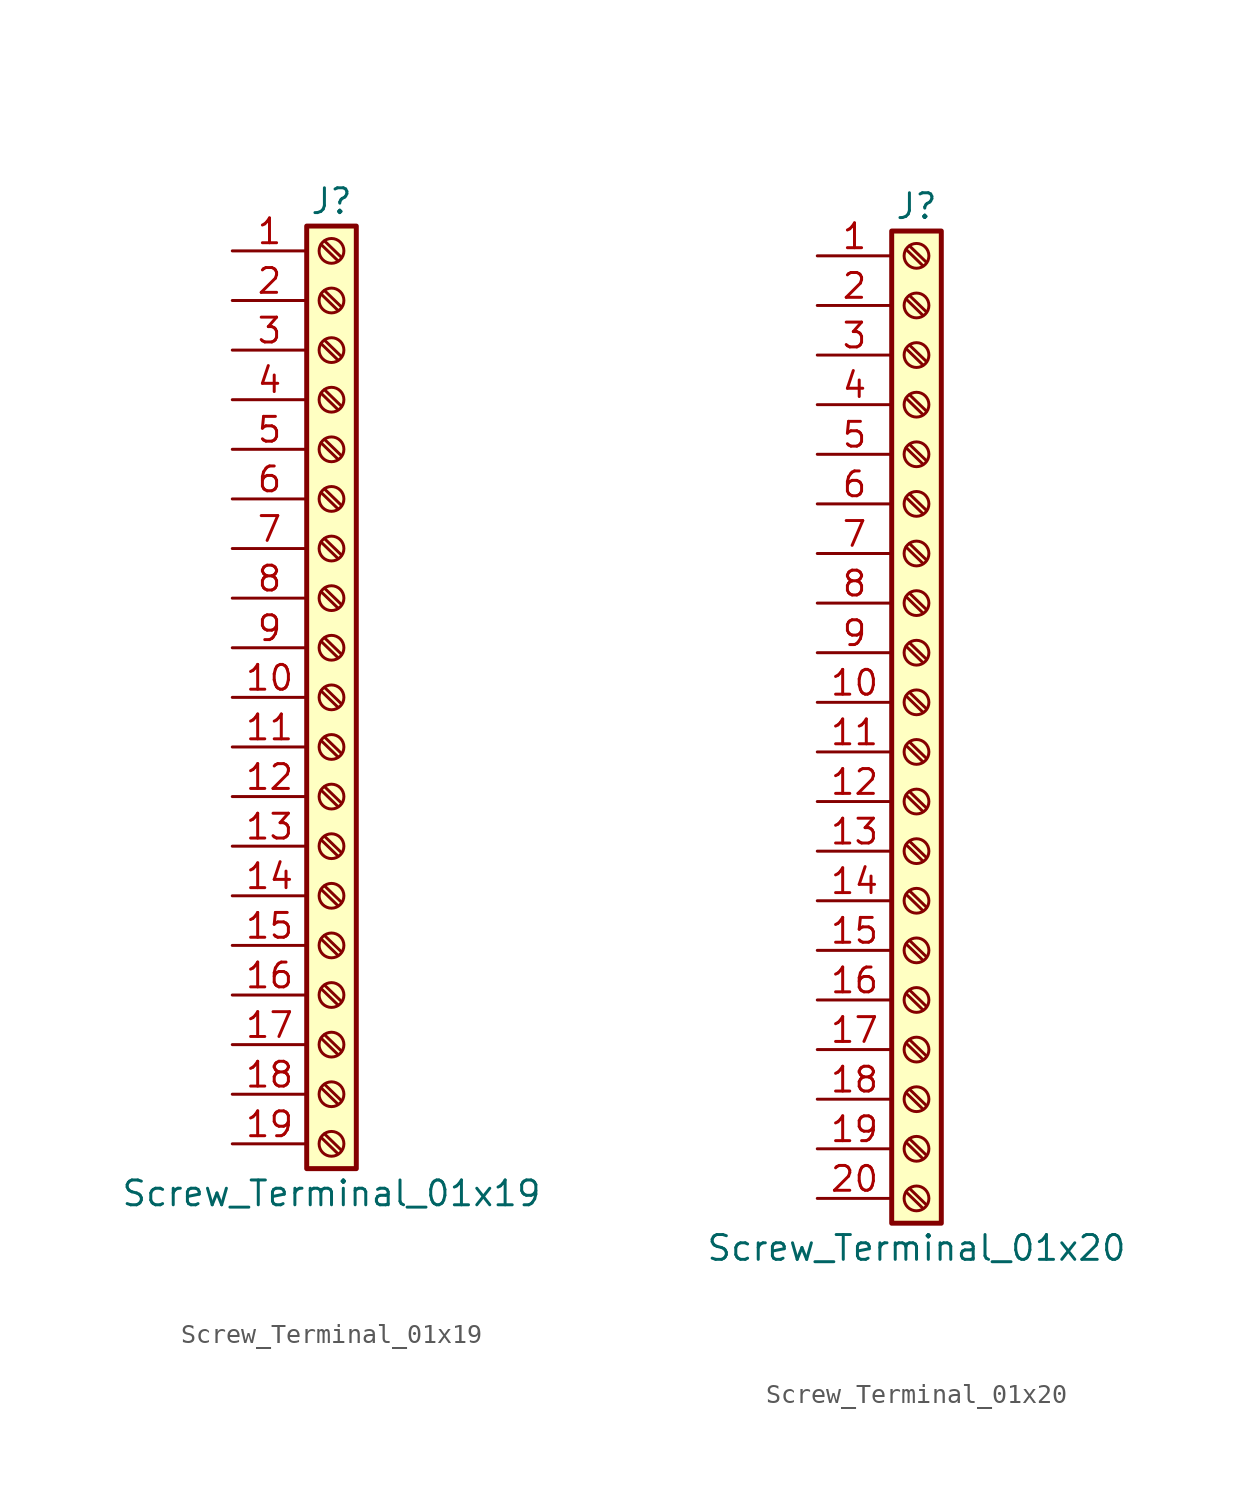
<source format=kicad_sym>
(kicad_symbol_lib
  (version 20201005)
  (generator kicad_symbol_editor)
  (symbol "Screw_Terminal_01x19"
    (pin_names
      (offset 1.016) hide)
    (property "Reference" "J"
      (at 0 25.4 0)
      (effects (font (size 1.27 1.27))))
    (property "Value" "Screw_Terminal_01x19"
      (at 0 -25.4 0)
      (effects (font (size 1.27 1.27))))
    (symbol "Screw_Terminal_01x19_1_1"
      (circle (center 0 -22.86) (radius 0.635) (stroke (width 0.152)) (fill (type none)))
      (circle (center 0 -20.32) (radius 0.635) (stroke (width 0.152)) (fill (type none)))
      (circle (center 0 -17.78) (radius 0.635) (stroke (width 0.152)) (fill (type none)))
      (circle (center 0 -15.24) (radius 0.635) (stroke (width 0.152)) (fill (type none)))
      (circle (center 0 -12.7) (radius 0.635) (stroke (width 0.152)) (fill (type none)))
      (circle (center 0 -10.16) (radius 0.635) (stroke (width 0.152)) (fill (type none)))
      (circle (center 0 -7.62) (radius 0.635) (stroke (width 0.152)) (fill (type none)))
      (circle (center 0 -5.08) (radius 0.635) (stroke (width 0.152)) (fill (type none)))
      (circle (center 0 -2.54) (radius 0.635) (stroke (width 0.152)) (fill (type none)))
      (circle (center 0 0) (radius 0.635) (stroke (width 0.152)) (fill (type none)))
      (circle (center 0 2.54) (radius 0.635) (stroke (width 0.152)) (fill (type none)))
      (circle (center 0 5.08) (radius 0.635) (stroke (width 0.152)) (fill (type none)))
      (circle (center 0 7.62) (radius 0.635) (stroke (width 0.152)) (fill (type none)))
      (circle (center 0 10.16) (radius 0.635) (stroke (width 0.152)) (fill (type none)))
      (circle (center 0 12.7) (radius 0.635) (stroke (width 0.152)) (fill (type none)))
      (circle (center 0 15.24) (radius 0.635) (stroke (width 0.152)) (fill (type none)))
      (circle (center 0 17.78) (radius 0.635) (stroke (width 0.152)) (fill (type none)))
      (circle (center 0 20.32) (radius 0.635) (stroke (width 0.152)) (fill (type none)))
      (circle (center 0 22.86) (radius 0.635) (stroke (width 0.152)) (fill (type none)))
      (rectangle (start -1.27 24.13) (end 1.27 -24.13) (stroke (width 0.254)) (fill (type background)))
      (polyline (pts (xy -0.533 -22.53) (xy 0.33 -23.368)) (stroke (width 0.152)) (fill (type none)))
      (polyline (pts (xy -0.533 -19.99) (xy 0.33 -20.828)) (stroke (width 0.152)) (fill (type none)))
      (polyline (pts (xy -0.533 -17.45) (xy 0.33 -18.288)) (stroke (width 0.152)) (fill (type none)))
      (polyline (pts (xy -0.533 -14.91) (xy 0.33 -15.748)) (stroke (width 0.152)) (fill (type none)))
      (polyline (pts (xy -0.533 -12.37) (xy 0.33 -13.208)) (stroke (width 0.152)) (fill (type none)))
      (polyline (pts (xy -0.533 -9.83) (xy 0.33 -10.668)) (stroke (width 0.152)) (fill (type none)))
      (polyline (pts (xy -0.533 -7.29) (xy 0.33 -8.128)) (stroke (width 0.152)) (fill (type none)))
      (polyline (pts (xy -0.533 -4.75) (xy 0.33 -5.588)) (stroke (width 0.152)) (fill (type none)))
      (polyline (pts (xy -0.533 -2.21) (xy 0.33 -3.048)) (stroke (width 0.152)) (fill (type none)))
      (polyline (pts (xy -0.533 0.33) (xy 0.33 -0.508)) (stroke (width 0.152)) (fill (type none)))
      (polyline (pts (xy -0.533 2.87) (xy 0.33 2.032)) (stroke (width 0.152)) (fill (type none)))
      (polyline (pts (xy -0.533 5.41) (xy 0.33 4.572)) (stroke (width 0.152)) (fill (type none)))
      (polyline (pts (xy -0.533 7.95) (xy 0.33 7.112)) (stroke (width 0.152)) (fill (type none)))
      (polyline (pts (xy -0.533 10.49) (xy 0.33 9.652)) (stroke (width 0.152)) (fill (type none)))
      (polyline (pts (xy -0.533 13.03) (xy 0.33 12.192)) (stroke (width 0.152)) (fill (type none)))
      (polyline (pts (xy -0.533 15.57) (xy 0.33 14.732)) (stroke (width 0.152)) (fill (type none)))
      (polyline (pts (xy -0.533 18.11) (xy 0.33 17.272)) (stroke (width 0.152)) (fill (type none)))
      (polyline (pts (xy -0.533 20.65) (xy 0.33 19.812)) (stroke (width 0.152)) (fill (type none)))
      (polyline (pts (xy -0.533 23.19) (xy 0.33 22.352)) (stroke (width 0.152)) (fill (type none)))
      (polyline (pts (xy -0.356 -22.352) (xy 0.508 -23.19)) (stroke (width 0.152)) (fill (type none)))
      (polyline (pts (xy -0.356 -19.812) (xy 0.508 -20.65)) (stroke (width 0.152)) (fill (type none)))
      (polyline (pts (xy -0.356 -17.272) (xy 0.508 -18.11)) (stroke (width 0.152)) (fill (type none)))
      (polyline (pts (xy -0.356 -14.732) (xy 0.508 -15.57)) (stroke (width 0.152)) (fill (type none)))
      (polyline (pts (xy -0.356 -12.192) (xy 0.508 -13.03)) (stroke (width 0.152)) (fill (type none)))
      (polyline (pts (xy -0.356 -9.652) (xy 0.508 -10.49)) (stroke (width 0.152)) (fill (type none)))
      (polyline (pts (xy -0.356 -7.112) (xy 0.508 -7.95)) (stroke (width 0.152)) (fill (type none)))
      (polyline (pts (xy -0.356 -4.572) (xy 0.508 -5.41)) (stroke (width 0.152)) (fill (type none)))
      (polyline (pts (xy -0.356 -2.032) (xy 0.508 -2.87)) (stroke (width 0.152)) (fill (type none)))
      (polyline (pts (xy -0.356 0.508) (xy 0.508 -0.33)) (stroke (width 0.152)) (fill (type none)))
      (polyline (pts (xy -0.356 3.048) (xy 0.508 2.21)) (stroke (width 0.152)) (fill (type none)))
      (polyline (pts (xy -0.356 5.588) (xy 0.508 4.75)) (stroke (width 0.152)) (fill (type none)))
      (polyline (pts (xy -0.356 8.128) (xy 0.508 7.29)) (stroke (width 0.152)) (fill (type none)))
      (polyline (pts (xy -0.356 10.668) (xy 0.508 9.83)) (stroke (width 0.152)) (fill (type none)))
      (polyline (pts (xy -0.356 13.208) (xy 0.508 12.37)) (stroke (width 0.152)) (fill (type none)))
      (polyline (pts (xy -0.356 15.748) (xy 0.508 14.91)) (stroke (width 0.152)) (fill (type none)))
      (polyline (pts (xy -0.356 18.288) (xy 0.508 17.45)) (stroke (width 0.152)) (fill (type none)))
      (polyline (pts (xy -0.356 20.828) (xy 0.508 19.99)) (stroke (width 0.152)) (fill (type none)))
      (polyline (pts (xy -0.356 23.368) (xy 0.508 22.53)) (stroke (width 0.152)) (fill (type none)))
      (pin passive line (at -5.08 22.86 0) (length 3.81) (name "Pin_1" (effects (font (size 1.27 1.27)))) (number "1" (effects (font (size 1.27 1.27)))))
      (pin passive line (at -5.08 0 0) (length 3.81) (name "Pin_10" (effects (font (size 1.27 1.27)))) (number "10" (effects (font (size 1.27 1.27)))))
      (pin passive line (at -5.08 -2.54 0) (length 3.81) (name "Pin_11" (effects (font (size 1.27 1.27)))) (number "11" (effects (font (size 1.27 1.27)))))
      (pin passive line (at -5.08 -5.08 0) (length 3.81) (name "Pin_12" (effects (font (size 1.27 1.27)))) (number "12" (effects (font (size 1.27 1.27)))))
      (pin passive line (at -5.08 -7.62 0) (length 3.81) (name "Pin_13" (effects (font (size 1.27 1.27)))) (number "13" (effects (font (size 1.27 1.27)))))
      (pin passive line (at -5.08 -10.16 0) (length 3.81) (name "Pin_14" (effects (font (size 1.27 1.27)))) (number "14" (effects (font (size 1.27 1.27)))))
      (pin passive line (at -5.08 -12.7 0) (length 3.81) (name "Pin_15" (effects (font (size 1.27 1.27)))) (number "15" (effects (font (size 1.27 1.27)))))
      (pin passive line (at -5.08 -15.24 0) (length 3.81) (name "Pin_16" (effects (font (size 1.27 1.27)))) (number "16" (effects (font (size 1.27 1.27)))))
      (pin passive line (at -5.08 -17.78 0) (length 3.81) (name "Pin_17" (effects (font (size 1.27 1.27)))) (number "17" (effects (font (size 1.27 1.27)))))
      (pin passive line (at -5.08 -20.32 0) (length 3.81) (name "Pin_18" (effects (font (size 1.27 1.27)))) (number "18" (effects (font (size 1.27 1.27)))))
      (pin passive line (at -5.08 -22.86 0) (length 3.81) (name "Pin_19" (effects (font (size 1.27 1.27)))) (number "19" (effects (font (size 1.27 1.27)))))
      (pin passive line (at -5.08 20.32 0) (length 3.81) (name "Pin_2" (effects (font (size 1.27 1.27)))) (number "2" (effects (font (size 1.27 1.27)))))
      (pin passive line (at -5.08 17.78 0) (length 3.81) (name "Pin_3" (effects (font (size 1.27 1.27)))) (number "3" (effects (font (size 1.27 1.27)))))
      (pin passive line (at -5.08 15.24 0) (length 3.81) (name "Pin_4" (effects (font (size 1.27 1.27)))) (number "4" (effects (font (size 1.27 1.27)))))
      (pin passive line (at -5.08 12.7 0) (length 3.81) (name "Pin_5" (effects (font (size 1.27 1.27)))) (number "5" (effects (font (size 1.27 1.27)))))
      (pin passive line (at -5.08 10.16 0) (length 3.81) (name "Pin_6" (effects (font (size 1.27 1.27)))) (number "6" (effects (font (size 1.27 1.27)))))
      (pin passive line (at -5.08 7.62 0) (length 3.81) (name "Pin_7" (effects (font (size 1.27 1.27)))) (number "7" (effects (font (size 1.27 1.27)))))
      (pin passive line (at -5.08 5.08 0) (length 3.81) (name "Pin_8" (effects (font (size 1.27 1.27)))) (number "8" (effects (font (size 1.27 1.27)))))
      (pin passive line (at -5.08 2.54 0) (length 3.81) (name "Pin_9" (effects (font (size 1.27 1.27)))) (number "9" (effects (font (size 1.27 1.27)))))))
  (symbol "Screw_Terminal_01x20"
    (pin_names
      (offset 1.016) hide)
    (property "Reference" "J"
      (at 0 25.4 0)
      (effects (font (size 1.27 1.27))))
    (property "Value" "Screw_Terminal_01x20"
      (at 0 -27.94 0)
      (effects (font (size 1.27 1.27))))
    (symbol "Screw_Terminal_01x20_1_1"
      (circle (center 0 -25.4) (radius 0.635) (stroke (width 0.152)) (fill (type none)))
      (circle (center 0 -22.86) (radius 0.635) (stroke (width 0.152)) (fill (type none)))
      (circle (center 0 -20.32) (radius 0.635) (stroke (width 0.152)) (fill (type none)))
      (circle (center 0 -17.78) (radius 0.635) (stroke (width 0.152)) (fill (type none)))
      (circle (center 0 -15.24) (radius 0.635) (stroke (width 0.152)) (fill (type none)))
      (circle (center 0 -12.7) (radius 0.635) (stroke (width 0.152)) (fill (type none)))
      (circle (center 0 -10.16) (radius 0.635) (stroke (width 0.152)) (fill (type none)))
      (circle (center 0 -7.62) (radius 0.635) (stroke (width 0.152)) (fill (type none)))
      (circle (center 0 -5.08) (radius 0.635) (stroke (width 0.152)) (fill (type none)))
      (circle (center 0 -2.54) (radius 0.635) (stroke (width 0.152)) (fill (type none)))
      (circle (center 0 0) (radius 0.635) (stroke (width 0.152)) (fill (type none)))
      (circle (center 0 2.54) (radius 0.635) (stroke (width 0.152)) (fill (type none)))
      (circle (center 0 5.08) (radius 0.635) (stroke (width 0.152)) (fill (type none)))
      (circle (center 0 7.62) (radius 0.635) (stroke (width 0.152)) (fill (type none)))
      (circle (center 0 10.16) (radius 0.635) (stroke (width 0.152)) (fill (type none)))
      (circle (center 0 12.7) (radius 0.635) (stroke (width 0.152)) (fill (type none)))
      (circle (center 0 15.24) (radius 0.635) (stroke (width 0.152)) (fill (type none)))
      (circle (center 0 17.78) (radius 0.635) (stroke (width 0.152)) (fill (type none)))
      (circle (center 0 20.32) (radius 0.635) (stroke (width 0.152)) (fill (type none)))
      (circle (center 0 22.86) (radius 0.635) (stroke (width 0.152)) (fill (type none)))
      (rectangle (start -1.27 24.13) (end 1.27 -26.67) (stroke (width 0.254)) (fill (type background)))
      (polyline (pts (xy -0.533 -25.07) (xy 0.33 -25.908)) (stroke (width 0.152)) (fill (type none)))
      (polyline (pts (xy -0.533 -22.53) (xy 0.33 -23.368)) (stroke (width 0.152)) (fill (type none)))
      (polyline (pts (xy -0.533 -19.99) (xy 0.33 -20.828)) (stroke (width 0.152)) (fill (type none)))
      (polyline (pts (xy -0.533 -17.45) (xy 0.33 -18.288)) (stroke (width 0.152)) (fill (type none)))
      (polyline (pts (xy -0.533 -14.91) (xy 0.33 -15.748)) (stroke (width 0.152)) (fill (type none)))
      (polyline (pts (xy -0.533 -12.37) (xy 0.33 -13.208)) (stroke (width 0.152)) (fill (type none)))
      (polyline (pts (xy -0.533 -9.83) (xy 0.33 -10.668)) (stroke (width 0.152)) (fill (type none)))
      (polyline (pts (xy -0.533 -7.29) (xy 0.33 -8.128)) (stroke (width 0.152)) (fill (type none)))
      (polyline (pts (xy -0.533 -4.75) (xy 0.33 -5.588)) (stroke (width 0.152)) (fill (type none)))
      (polyline (pts (xy -0.533 -2.21) (xy 0.33 -3.048)) (stroke (width 0.152)) (fill (type none)))
      (polyline (pts (xy -0.533 0.33) (xy 0.33 -0.508)) (stroke (width 0.152)) (fill (type none)))
      (polyline (pts (xy -0.533 2.87) (xy 0.33 2.032)) (stroke (width 0.152)) (fill (type none)))
      (polyline (pts (xy -0.533 5.41) (xy 0.33 4.572)) (stroke (width 0.152)) (fill (type none)))
      (polyline (pts (xy -0.533 7.95) (xy 0.33 7.112)) (stroke (width 0.152)) (fill (type none)))
      (polyline (pts (xy -0.533 10.49) (xy 0.33 9.652)) (stroke (width 0.152)) (fill (type none)))
      (polyline (pts (xy -0.533 13.03) (xy 0.33 12.192)) (stroke (width 0.152)) (fill (type none)))
      (polyline (pts (xy -0.533 15.57) (xy 0.33 14.732)) (stroke (width 0.152)) (fill (type none)))
      (polyline (pts (xy -0.533 18.11) (xy 0.33 17.272)) (stroke (width 0.152)) (fill (type none)))
      (polyline (pts (xy -0.533 20.65) (xy 0.33 19.812)) (stroke (width 0.152)) (fill (type none)))
      (polyline (pts (xy -0.533 23.19) (xy 0.33 22.352)) (stroke (width 0.152)) (fill (type none)))
      (polyline (pts (xy -0.356 -24.892) (xy 0.508 -25.73)) (stroke (width 0.152)) (fill (type none)))
      (polyline (pts (xy -0.356 -22.352) (xy 0.508 -23.19)) (stroke (width 0.152)) (fill (type none)))
      (polyline (pts (xy -0.356 -19.812) (xy 0.508 -20.65)) (stroke (width 0.152)) (fill (type none)))
      (polyline (pts (xy -0.356 -17.272) (xy 0.508 -18.11)) (stroke (width 0.152)) (fill (type none)))
      (polyline (pts (xy -0.356 -14.732) (xy 0.508 -15.57)) (stroke (width 0.152)) (fill (type none)))
      (polyline (pts (xy -0.356 -12.192) (xy 0.508 -13.03)) (stroke (width 0.152)) (fill (type none)))
      (polyline (pts (xy -0.356 -9.652) (xy 0.508 -10.49)) (stroke (width 0.152)) (fill (type none)))
      (polyline (pts (xy -0.356 -7.112) (xy 0.508 -7.95)) (stroke (width 0.152)) (fill (type none)))
      (polyline (pts (xy -0.356 -4.572) (xy 0.508 -5.41)) (stroke (width 0.152)) (fill (type none)))
      (polyline (pts (xy -0.356 -2.032) (xy 0.508 -2.87)) (stroke (width 0.152)) (fill (type none)))
      (polyline (pts (xy -0.356 0.508) (xy 0.508 -0.33)) (stroke (width 0.152)) (fill (type none)))
      (polyline (pts (xy -0.356 3.048) (xy 0.508 2.21)) (stroke (width 0.152)) (fill (type none)))
      (polyline (pts (xy -0.356 5.588) (xy 0.508 4.75)) (stroke (width 0.152)) (fill (type none)))
      (polyline (pts (xy -0.356 8.128) (xy 0.508 7.29)) (stroke (width 0.152)) (fill (type none)))
      (polyline (pts (xy -0.356 10.668) (xy 0.508 9.83)) (stroke (width 0.152)) (fill (type none)))
      (polyline (pts (xy -0.356 13.208) (xy 0.508 12.37)) (stroke (width 0.152)) (fill (type none)))
      (polyline (pts (xy -0.356 15.748) (xy 0.508 14.91)) (stroke (width 0.152)) (fill (type none)))
      (polyline (pts (xy -0.356 18.288) (xy 0.508 17.45)) (stroke (width 0.152)) (fill (type none)))
      (polyline (pts (xy -0.356 20.828) (xy 0.508 19.99)) (stroke (width 0.152)) (fill (type none)))
      (polyline (pts (xy -0.356 23.368) (xy 0.508 22.53)) (stroke (width 0.152)) (fill (type none)))
      (pin passive line (at -5.08 22.86 0) (length 3.81) (name "Pin_1" (effects (font (size 1.27 1.27)))) (number "1" (effects (font (size 1.27 1.27)))))
      (pin passive line (at -5.08 0 0) (length 3.81) (name "Pin_10" (effects (font (size 1.27 1.27)))) (number "10" (effects (font (size 1.27 1.27)))))
      (pin passive line (at -5.08 -2.54 0) (length 3.81) (name "Pin_11" (effects (font (size 1.27 1.27)))) (number "11" (effects (font (size 1.27 1.27)))))
      (pin passive line (at -5.08 -5.08 0) (length 3.81) (name "Pin_12" (effects (font (size 1.27 1.27)))) (number "12" (effects (font (size 1.27 1.27)))))
      (pin passive line (at -5.08 -7.62 0) (length 3.81) (name "Pin_13" (effects (font (size 1.27 1.27)))) (number "13" (effects (font (size 1.27 1.27)))))
      (pin passive line (at -5.08 -10.16 0) (length 3.81) (name "Pin_14" (effects (font (size 1.27 1.27)))) (number "14" (effects (font (size 1.27 1.27)))))
      (pin passive line (at -5.08 -12.7 0) (length 3.81) (name "Pin_15" (effects (font (size 1.27 1.27)))) (number "15" (effects (font (size 1.27 1.27)))))
      (pin passive line (at -5.08 -15.24 0) (length 3.81) (name "Pin_16" (effects (font (size 1.27 1.27)))) (number "16" (effects (font (size 1.27 1.27)))))
      (pin passive line (at -5.08 -17.78 0) (length 3.81) (name "Pin_17" (effects (font (size 1.27 1.27)))) (number "17" (effects (font (size 1.27 1.27)))))
      (pin passive line (at -5.08 -20.32 0) (length 3.81) (name "Pin_18" (effects (font (size 1.27 1.27)))) (number "18" (effects (font (size 1.27 1.27)))))
      (pin passive line (at -5.08 -22.86 0) (length 3.81) (name "Pin_19" (effects (font (size 1.27 1.27)))) (number "19" (effects (font (size 1.27 1.27)))))
      (pin passive line (at -5.08 20.32 0) (length 3.81) (name "Pin_2" (effects (font (size 1.27 1.27)))) (number "2" (effects (font (size 1.27 1.27)))))
      (pin passive line (at -5.08 -25.4 0) (length 3.81) (name "Pin_20" (effects (font (size 1.27 1.27)))) (number "20" (effects (font (size 1.27 1.27)))))
      (pin passive line (at -5.08 17.78 0) (length 3.81) (name "Pin_3" (effects (font (size 1.27 1.27)))) (number "3" (effects (font (size 1.27 1.27)))))
      (pin passive line (at -5.08 15.24 0) (length 3.81) (name "Pin_4" (effects (font (size 1.27 1.27)))) (number "4" (effects (font (size 1.27 1.27)))))
      (pin passive line (at -5.08 12.7 0) (length 3.81) (name "Pin_5" (effects (font (size 1.27 1.27)))) (number "5" (effects (font (size 1.27 1.27)))))
      (pin passive line (at -5.08 10.16 0) (length 3.81) (name "Pin_6" (effects (font (size 1.27 1.27)))) (number "6" (effects (font (size 1.27 1.27)))))
      (pin passive line (at -5.08 7.62 0) (length 3.81) (name "Pin_7" (effects (font (size 1.27 1.27)))) (number "7" (effects (font (size 1.27 1.27)))))
      (pin passive line (at -5.08 5.08 0) (length 3.81) (name "Pin_8" (effects (font (size 1.27 1.27)))) (number "8" (effects (font (size 1.27 1.27)))))
      (pin passive line (at -5.08 2.54 0) (length 3.81) (name "Pin_9" (effects (font (size 1.27 1.27)))) (number "9" (effects (font (size 1.27 1.27))))))))
</source>
